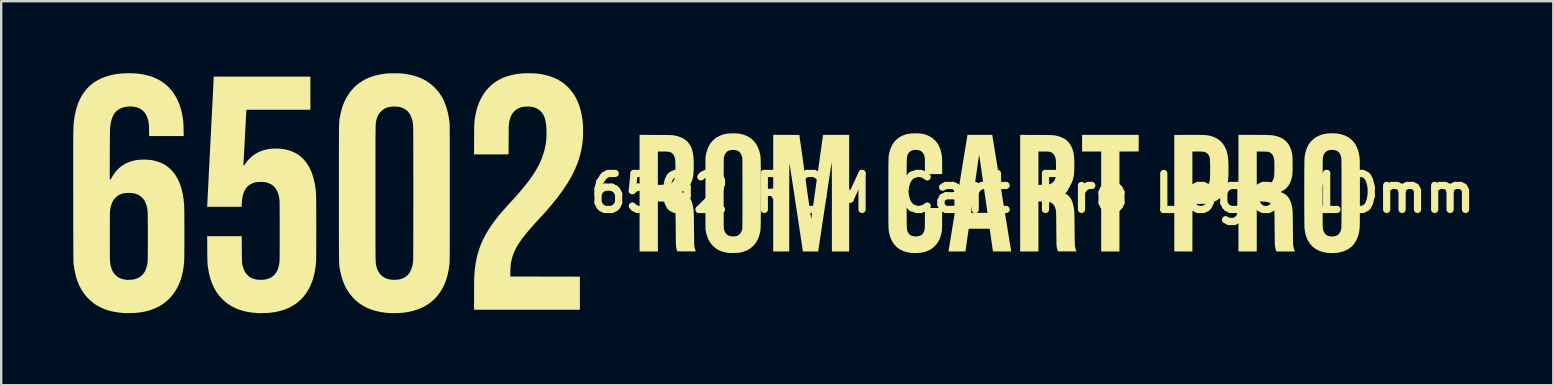
<source format=kicad_pcb>
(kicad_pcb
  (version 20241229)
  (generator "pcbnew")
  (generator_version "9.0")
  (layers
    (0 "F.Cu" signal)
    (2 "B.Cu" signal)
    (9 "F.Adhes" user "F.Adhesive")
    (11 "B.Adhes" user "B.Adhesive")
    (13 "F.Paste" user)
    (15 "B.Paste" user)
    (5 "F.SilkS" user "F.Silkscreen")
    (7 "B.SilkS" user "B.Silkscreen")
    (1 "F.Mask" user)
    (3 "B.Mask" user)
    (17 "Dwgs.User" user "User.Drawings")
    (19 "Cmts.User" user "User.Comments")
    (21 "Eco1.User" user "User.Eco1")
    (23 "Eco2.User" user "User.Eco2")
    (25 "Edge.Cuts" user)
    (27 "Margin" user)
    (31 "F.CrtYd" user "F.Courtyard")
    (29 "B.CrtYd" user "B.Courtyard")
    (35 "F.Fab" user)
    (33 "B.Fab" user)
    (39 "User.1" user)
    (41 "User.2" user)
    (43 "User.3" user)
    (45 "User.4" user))
  (footprint "6502 ROM Cart Pro Logo 10mm"
    (layer "F.Cu")
    (at 39.973 4.998)
    (property "Reference" "6502 ROM Cart Pro Logo 10mm" (at 0 0 0) (layer "F.SilkS") (effects (font (size 1.5 1.5) (thickness 0.3))))
    (attr board_only exclude_from_pos_files exclude_from_bom)
    (fp_poly (pts (xy 4.419 -2.084) (xy 4.417 -1.739) (xy 4.017 -1.737) (xy 3.617 -1.734) (xy 3.617 0.347) (xy 3.617 2.428) (xy 3.236 2.428) (xy 2.856 2.428) (xy 2.856 0.347) (xy 2.856 -1.735) (xy 2.458 -1.735) (xy 2.06 -1.735) (xy 2.06 -2.081) (xy 2.06 -2.428) (xy 3.241 -2.428) (xy 4.421 -2.428)) (stroke (width 0) (type solid)) (fill yes) (layer "F.SilkS"))
    (fp_poly (pts (xy 6.647 -2.428) (xy 6.76 -2.428) (xy 6.86 -2.428) (xy 6.946 -2.427) (xy 7.022 -2.426) (xy 7.086 -2.424) (xy 7.143 -2.422) (xy 7.191 -2.419) (xy 7.234 -2.416) (xy 7.271 -2.412) (xy 7.306 -2.407) (xy 7.338 -2.401) (xy 7.369 -2.394) (xy 7.401 -2.386) (xy 7.42 -2.382) (xy 7.544 -2.342) (xy 7.656 -2.29) (xy 7.756 -2.226) (xy 7.845 -2.15) (xy 7.923 -2.061) (xy 7.991 -1.959) (xy 8.015 -1.915) (xy 8.046 -1.849) (xy 8.073 -1.782) (xy 8.096 -1.712) (xy 8.114 -1.637) (xy 8.13 -1.556) (xy 8.141 -1.467) (xy 8.15 -1.368) (xy 8.156 -1.257) (xy 8.159 -1.133) (xy 8.16 -0.994) (xy 8.16 -0.99) (xy 8.159 -0.849) (xy 8.156 -0.722) (xy 8.15 -0.61) (xy 8.141 -0.509) (xy 8.128 -0.418) (xy 8.113 -0.335) (xy 8.093 -0.26) (xy 8.07 -0.189) (xy 8.043 -0.122) (xy 8.023 -0.08) (xy 7.963 0.026) (xy 7.893 0.119) (xy 7.814 0.2) (xy 7.723 0.269) (xy 7.622 0.327) (xy 7.508 0.375) (xy 7.382 0.411) (xy 7.302 0.428) (xy 7.273 0.433) (xy 7.238 0.437) (xy 7.194 0.44) (xy 7.14 0.442) (xy 7.074 0.445) (xy 6.994 0.447) (xy 6.942 0.448) (xy 6.659 0.453) (xy 6.657 1.44) (xy 6.655 2.428) (xy 6.278 2.428) (xy 6.188 2.428) (xy 6.114 2.428) (xy 6.054 2.428) (xy 6.006 2.427) (xy 5.969 2.427) (xy 5.942 2.425) (xy 5.924 2.424) (xy 5.911 2.422) (xy 5.905 2.419) (xy 5.902 2.416) (xy 5.901 2.414) (xy 5.901 2.404) (xy 5.901 2.378) (xy 5.901 2.337) (xy 5.901 2.281) (xy 5.901 2.212) (xy 5.901 2.13) (xy 5.901 2.036) (xy 5.901 1.931) (xy 5.901 1.816) (xy 5.901 1.691) (xy 5.901 1.557) (xy 5.901 1.416) (xy 5.901 1.267) (xy 5.901 1.112) (xy 5.901 0.952) (xy 5.901 0.787) (xy 5.901 0.619) (xy 5.901 0.448) (xy 5.901 0.274) (xy 5.901 0.099) (xy 5.901 -0.076) (xy 5.901 -0.251) (xy 5.901 -0.425) (xy 5.901 -0.597) (xy 5.901 -0.766) (xy 5.901 -0.931) (xy 5.901 -0.99) (xy 6.655 -0.99) (xy 6.655 -0.245) (xy 6.877 -0.245) (xy 6.956 -0.246) (xy 7.02 -0.247) (xy 7.07 -0.249) (xy 7.107 -0.252) (xy 7.133 -0.255) (xy 7.141 -0.257) (xy 7.21 -0.282) (xy 7.267 -0.317) (xy 7.312 -0.362) (xy 7.347 -0.42) (xy 7.373 -0.492) (xy 7.38 -0.522) (xy 7.384 -0.55) (xy 7.387 -0.592) (xy 7.39 -0.646) (xy 7.392 -0.711) (xy 7.394 -0.783) (xy 7.395 -0.861) (xy 7.396 -0.943) (xy 7.396 -1.026) (xy 7.395 -1.108) (xy 7.394 -1.187) (xy 7.393 -1.26) (xy 7.391 -1.326) (xy 7.388 -1.381) (xy 7.385 -1.425) (xy 7.381 -1.454) (xy 7.38 -1.456) (xy 7.359 -1.532) (xy 7.329 -1.593) (xy 7.291 -1.642) (xy 7.242 -1.68) (xy 7.23 -1.687) (xy 7.204 -1.701) (xy 7.179 -1.711) (xy 7.154 -1.719) (xy 7.124 -1.725) (xy 7.089 -1.73) (xy 7.045 -1.732) (xy 6.991 -1.734) (xy 6.924 -1.734) (xy 6.877 -1.734) (xy 6.655 -1.735) (xy 6.655 -0.99) (xy 5.901 -0.99) (xy 5.901 -1.092) (xy 5.901 -1.247) (xy 5.901 -1.397) (xy 5.901 -1.539) (xy 5.901 -1.674) (xy 5.901 -1.8) (xy 5.901 -1.917) (xy 5.901 -2.023) (xy 5.901 -2.119) (xy 5.901 -2.202) (xy 5.901 -2.273) (xy 5.901 -2.331) (xy 5.901 -2.374) (xy 5.901 -2.401) (xy 5.901 -2.413) (xy 5.901 -2.414) (xy 5.902 -2.416) (xy 5.905 -2.419) (xy 5.911 -2.421) (xy 5.922 -2.423) (xy 5.939 -2.424) (xy 5.962 -2.425) (xy 5.993 -2.426) (xy 6.034 -2.427) (xy 6.084 -2.427) (xy 6.146 -2.428) (xy 6.22 -2.428) (xy 6.308 -2.428) (xy 6.41 -2.428) (xy 6.517 -2.428)) (stroke (width 0) (type solid)) (fill yes) (layer "F.SilkS"))
    (fp_poly (pts (xy -10.144 -2.428) (xy -10.041 -2.428) (xy -9.953 -2.427) (xy -9.88 -2.427) (xy -9.822 -2.426) (xy -9.777 -2.425) (xy -9.745 -2.423) (xy -9.726 -2.421) (xy -9.718 -2.419) (xy -9.717 -2.419) (xy -9.716 -2.408) (xy -9.713 -2.383) (xy -9.708 -2.346) (xy -9.702 -2.299) (xy -9.694 -2.243) (xy -9.685 -2.182) (xy -9.684 -2.171) (xy -9.679 -2.137) (xy -9.672 -2.088) (xy -9.663 -2.023) (xy -9.652 -1.945) (xy -9.639 -1.854) (xy -9.625 -1.752) (xy -9.609 -1.639) (xy -9.592 -1.516) (xy -9.574 -1.385) (xy -9.554 -1.247) (xy -9.534 -1.102) (xy -9.513 -0.952) (xy -9.492 -0.797) (xy -9.47 -0.639) (xy -9.447 -0.478) (xy -9.442 -0.445) (xy -9.421 -0.288) (xy -9.399 -0.136) (xy -9.379 0.011) (xy -9.359 0.152) (xy -9.34 0.285) (xy -9.322 0.411) (xy -9.306 0.528) (xy -9.291 0.635) (xy -9.277 0.732) (xy -9.265 0.817) (xy -9.254 0.891) (xy -9.245 0.951) (xy -9.239 0.998) (xy -9.234 1.029) (xy -9.231 1.046) (xy -9.231 1.048) (xy -9.222 1.048) (xy -9.222 1.047) (xy -9.22 1.038) (xy -9.216 1.014) (xy -9.21 0.974) (xy -9.202 0.919) (xy -9.193 0.851) (xy -9.181 0.771) (xy -9.168 0.678) (xy -9.153 0.574) (xy -9.137 0.459) (xy -9.119 0.335) (xy -9.1 0.201) (xy -9.08 0.06) (xy -9.059 -0.089) (xy -9.037 -0.244) (xy -9.015 -0.406) (xy -8.992 -0.572) (xy -8.975 -0.693) (xy -8.732 -2.428) (xy -8.188 -2.428) (xy -7.645 -2.428) (xy -7.645 0) (xy -7.645 2.428) (xy -8.004 2.428) (xy -8.364 2.428) (xy -8.364 0.588) (xy -8.364 0.396) (xy -8.364 0.211) (xy -8.364 0.035) (xy -8.364 -0.133) (xy -8.365 -0.292) (xy -8.365 -0.441) (xy -8.365 -0.579) (xy -8.366 -0.706) (xy -8.366 -0.822) (xy -8.367 -0.925) (xy -8.367 -1.015) (xy -8.368 -1.092) (xy -8.369 -1.154) (xy -8.369 -1.202) (xy -8.37 -1.234) (xy -8.371 -1.25) (xy -8.371 -1.252) (xy -8.372 -1.253) (xy -8.373 -1.253) (xy -8.374 -1.254) (xy -8.375 -1.253) (xy -8.376 -1.251) (xy -8.377 -1.247) (xy -8.379 -1.24) (xy -8.381 -1.229) (xy -8.384 -1.214) (xy -8.387 -1.194) (xy -8.391 -1.169) (xy -8.397 -1.138) (xy -8.402 -1.1) (xy -8.41 -1.055) (xy -8.418 -1.002) (xy -8.427 -0.94) (xy -8.438 -0.869) (xy -8.45 -0.788) (xy -8.464 -0.697) (xy -8.48 -0.594) (xy -8.497 -0.48) (xy -8.516 -0.353) (xy -8.537 -0.213) (xy -8.56 -0.059) (xy -8.586 0.109) (xy -8.613 0.292) (xy -8.643 0.491) (xy -8.665 0.637) (xy -8.935 2.428) (xy -9.253 2.428) (xy -9.572 2.428) (xy -9.576 2.405) (xy -9.577 2.395) (xy -9.581 2.368) (xy -9.588 2.326) (xy -9.596 2.27) (xy -9.607 2.201) (xy -9.619 2.118) (xy -9.634 2.024) (xy -9.65 1.918) (xy -9.667 1.801) (xy -9.686 1.675) (xy -9.707 1.539) (xy -9.728 1.396) (xy -9.751 1.245) (xy -9.775 1.087) (xy -9.8 0.924) (xy -9.825 0.755) (xy -9.851 0.582) (xy -9.854 0.565) (xy -9.88 0.392) (xy -9.905 0.223) (xy -9.93 0.06) (xy -9.954 -0.098) (xy -9.977 -0.248) (xy -9.999 -0.392) (xy -10.019 -0.526) (xy -10.039 -0.652) (xy -10.057 -0.768) (xy -10.073 -0.874) (xy -10.088 -0.968) (xy -10.1 -1.05) (xy -10.111 -1.119) (xy -10.12 -1.175) (xy -10.127 -1.216) (xy -10.132 -1.242) (xy -10.134 -1.252) (xy -10.134 -1.252) (xy -10.135 -1.244) (xy -10.135 -1.219) (xy -10.136 -1.18) (xy -10.136 -1.125) (xy -10.137 -1.057) (xy -10.137 -0.975) (xy -10.138 -0.882) (xy -10.138 -0.776) (xy -10.139 -0.66) (xy -10.139 -0.534) (xy -10.14 -0.399) (xy -10.14 -0.255) (xy -10.14 -0.104) (xy -10.14 0.055) (xy -10.14 0.219) (xy -10.141 0.389) (xy -10.141 0.564) (xy -10.141 0.588) (xy -10.141 2.428) (xy -10.475 2.428) (xy -10.809 2.428) (xy -10.809 0) (xy -10.809 -2.428) (xy -10.263 -2.428)) (stroke (width 0) (type solid)) (fill yes) (layer "F.SilkS"))
    (fp_poly (pts (xy -1.291 -0.019) (xy -1.259 0.181) (xy -1.227 0.376) (xy -1.196 0.567) (xy -1.166 0.752) (xy -1.137 0.93) (xy -1.109 1.102) (xy -1.082 1.266) (xy -1.057 1.422) (xy -1.033 1.569) (xy -1.01 1.707) (xy -0.99 1.834) (xy -0.971 1.951) (xy -0.953 2.055) (xy -0.938 2.148) (xy -0.925 2.228) (xy -0.914 2.294) (xy -0.906 2.346) (xy -0.9 2.382) (xy -0.896 2.404) (xy -0.895 2.409) (xy -0.891 2.428) (xy -1.272 2.428) (xy -1.351 2.428) (xy -1.424 2.428) (xy -1.49 2.428) (xy -1.547 2.427) (xy -1.594 2.427) (xy -1.628 2.426) (xy -1.649 2.425) (xy -1.654 2.425) (xy -1.655 2.416) (xy -1.659 2.392) (xy -1.664 2.354) (xy -1.671 2.304) (xy -1.68 2.243) (xy -1.69 2.173) (xy -1.701 2.096) (xy -1.713 2.012) (xy -1.722 1.954) (xy -1.734 1.867) (xy -1.746 1.786) (xy -1.757 1.71) (xy -1.767 1.644) (xy -1.775 1.586) (xy -1.782 1.54) (xy -1.786 1.507) (xy -1.789 1.488) (xy -1.79 1.484) (xy -1.798 1.483) (xy -1.821 1.483) (xy -1.859 1.482) (xy -1.908 1.482) (xy -1.968 1.481) (xy -2.037 1.481) (xy -2.114 1.481) (xy -2.196 1.481) (xy -2.225 1.481) (xy -2.322 1.481) (xy -2.403 1.481) (xy -2.471 1.481) (xy -2.525 1.482) (xy -2.569 1.482) (xy -2.602 1.483) (xy -2.626 1.484) (xy -2.643 1.486) (xy -2.654 1.488) (xy -2.66 1.49) (xy -2.663 1.493) (xy -2.664 1.495) (xy -2.666 1.506) (xy -2.67 1.533) (xy -2.676 1.572) (xy -2.684 1.624) (xy -2.693 1.686) (xy -2.703 1.757) (xy -2.715 1.835) (xy -2.727 1.919) (xy -2.734 1.969) (xy -2.8 2.428) (xy -3.154 2.428) (xy -3.507 2.428) (xy -3.503 2.409) (xy -3.501 2.4) (xy -3.497 2.374) (xy -3.49 2.333) (xy -3.481 2.278) (xy -3.47 2.209) (xy -3.457 2.128) (xy -3.442 2.034) (xy -3.424 1.929) (xy -3.406 1.814) (xy -3.385 1.689) (xy -3.363 1.554) (xy -3.34 1.412) (xy -3.316 1.262) (xy -3.29 1.106) (xy -3.264 0.944) (xy -3.241 0.806) (xy -2.568 0.806) (xy -2.567 0.81) (xy -2.563 0.813) (xy -2.555 0.815) (xy -2.542 0.817) (xy -2.521 0.818) (xy -2.491 0.819) (xy -2.451 0.82) (xy -2.398 0.82) (xy -2.333 0.821) (xy -2.252 0.821) (xy -2.224 0.821) (xy -1.881 0.821) (xy -1.886 0.793) (xy -1.887 0.782) (xy -1.891 0.754) (xy -1.897 0.712) (xy -1.905 0.656) (xy -1.915 0.588) (xy -1.927 0.507) (xy -1.94 0.415) (xy -1.954 0.314) (xy -1.97 0.204) (xy -1.987 0.085) (xy -2.004 -0.04) (xy -2.023 -0.171) (xy -2.042 -0.307) (xy -2.056 -0.406) (xy -2.076 -0.544) (xy -2.095 -0.679) (xy -2.113 -0.807) (xy -2.13 -0.929) (xy -2.147 -1.044) (xy -2.162 -1.15) (xy -2.176 -1.246) (xy -2.188 -1.333) (xy -2.199 -1.408) (xy -2.208 -1.471) (xy -2.216 -1.52) (xy -2.221 -1.556) (xy -2.225 -1.576) (xy -2.226 -1.581) (xy -2.234 -1.581) (xy -2.235 -1.58) (xy -2.236 -1.571) (xy -2.24 -1.547) (xy -2.246 -1.508) (xy -2.253 -1.456) (xy -2.263 -1.392) (xy -2.274 -1.316) (xy -2.286 -1.231) (xy -2.299 -1.138) (xy -2.313 -1.036) (xy -2.329 -0.928) (xy -2.344 -0.815) (xy -2.361 -0.698) (xy -2.378 -0.578) (xy -2.395 -0.456) (xy -2.412 -0.334) (xy -2.429 -0.212) (xy -2.446 -0.091) (xy -2.462 0.026) (xy -2.478 0.14) (xy -2.493 0.249) (xy -2.507 0.351) (xy -2.52 0.446) (xy -2.532 0.532) (xy -2.542 0.609) (xy -2.551 0.674) (xy -2.558 0.728) (xy -2.564 0.769) (xy -2.567 0.795) (xy -2.568 0.806) (xy -3.241 0.806) (xy -3.237 0.776) (xy -3.209 0.605) (xy -3.18 0.429) (xy -3.151 0.251) (xy -3.122 0.072) (xy -3.092 -0.11) (xy -3.063 -0.291) (xy -3.033 -0.473) (xy -3.004 -0.653) (xy -2.975 -0.831) (xy -2.947 -1.007) (xy -2.919 -1.179) (xy -2.891 -1.347) (xy -2.865 -1.51) (xy -2.839 -1.668) (xy -2.815 -1.819) (xy -2.792 -1.962) (xy -2.781 -2.024) (xy -2.716 -2.428) (xy -2.2 -2.428) (xy -1.683 -2.428)) (stroke (width 0) (type solid)) (fill yes) (layer "F.SilkS"))
    (fp_poly (pts (xy 9.338 -2.428) (xy 9.459 -2.428) (xy 9.566 -2.427) (xy 9.66 -2.426) (xy 9.742 -2.425) (xy 9.814 -2.422) (xy 9.876 -2.419) (xy 9.932 -2.416) (xy 9.98 -2.411) (xy 10.024 -2.406) (xy 10.063 -2.399) (xy 10.101 -2.391) (xy 10.137 -2.382) (xy 10.173 -2.372) (xy 10.211 -2.36) (xy 10.222 -2.356) (xy 10.316 -2.321) (xy 10.398 -2.282) (xy 10.47 -2.235) (xy 10.537 -2.18) (xy 10.553 -2.164) (xy 10.619 -2.093) (xy 10.674 -2.014) (xy 10.721 -1.927) (xy 10.76 -1.829) (xy 10.792 -1.719) (xy 10.815 -1.612) (xy 10.819 -1.577) (xy 10.823 -1.528) (xy 10.826 -1.466) (xy 10.829 -1.396) (xy 10.83 -1.318) (xy 10.831 -1.236) (xy 10.832 -1.152) (xy 10.831 -1.068) (xy 10.83 -0.988) (xy 10.828 -0.913) (xy 10.826 -0.846) (xy 10.822 -0.789) (xy 10.818 -0.745) (xy 10.815 -0.728) (xy 10.79 -0.611) (xy 10.757 -0.506) (xy 10.715 -0.41) (xy 10.66 -0.315) (xy 10.595 -0.233) (xy 10.52 -0.164) (xy 10.433 -0.106) (xy 10.405 -0.091) (xy 10.375 -0.074) (xy 10.352 -0.061) (xy 10.339 -0.051) (xy 10.337 -0.048) (xy 10.346 -0.042) (xy 10.366 -0.032) (xy 10.394 -0.019) (xy 10.401 -0.017) (xy 10.484 0.023) (xy 10.556 0.073) (xy 10.62 0.132) (xy 10.675 0.204) (xy 10.721 0.287) (xy 10.76 0.383) (xy 10.792 0.493) (xy 10.817 0.618) (xy 10.823 0.657) (xy 10.825 0.677) (xy 10.828 0.701) (xy 10.83 0.73) (xy 10.831 0.765) (xy 10.833 0.808) (xy 10.835 0.859) (xy 10.836 0.92) (xy 10.837 0.992) (xy 10.839 1.076) (xy 10.84 1.173) (xy 10.841 1.284) (xy 10.842 1.411) (xy 10.843 1.443) (xy 10.844 1.588) (xy 10.846 1.718) (xy 10.847 1.834) (xy 10.849 1.934) (xy 10.851 2.019) (xy 10.853 2.088) (xy 10.855 2.141) (xy 10.857 2.177) (xy 10.859 2.196) (xy 10.872 2.264) (xy 10.89 2.33) (xy 10.909 2.385) (xy 10.912 2.392) (xy 10.927 2.428) (xy 10.539 2.428) (xy 10.151 2.428) (xy 10.133 2.371) (xy 10.125 2.345) (xy 10.119 2.321) (xy 10.113 2.297) (xy 10.107 2.273) (xy 10.103 2.248) (xy 10.099 2.219) (xy 10.096 2.186) (xy 10.093 2.147) (xy 10.091 2.102) (xy 10.089 2.048) (xy 10.087 1.986) (xy 10.086 1.913) (xy 10.085 1.828) (xy 10.084 1.731) (xy 10.083 1.62) (xy 10.081 1.493) (xy 10.081 1.455) (xy 10.08 1.327) (xy 10.079 1.215) (xy 10.078 1.117) (xy 10.077 1.033) (xy 10.076 0.961) (xy 10.075 0.901) (xy 10.074 0.85) (xy 10.072 0.809) (xy 10.071 0.775) (xy 10.069 0.748) (xy 10.067 0.726) (xy 10.065 0.709) (xy 10.063 0.695) (xy 10.061 0.688) (xy 10.043 0.619) (xy 10.023 0.564) (xy 10 0.519) (xy 9.972 0.48) (xy 9.942 0.449) (xy 9.907 0.421) (xy 9.869 0.398) (xy 9.826 0.379) (xy 9.776 0.366) (xy 9.716 0.356) (xy 9.646 0.351) (xy 9.561 0.348) (xy 9.508 0.347) (xy 9.337 0.347) (xy 9.337 1.388) (xy 9.337 2.428) (xy 8.956 2.428) (xy 8.575 2.428) (xy 8.575 0) (xy 8.575 -1.041) (xy 9.337 -1.041) (xy 9.337 -0.347) (xy 9.508 -0.347) (xy 9.58 -0.348) (xy 9.643 -0.35) (xy 9.696 -0.353) (xy 9.736 -0.358) (xy 9.743 -0.359) (xy 9.823 -0.38) (xy 9.892 -0.412) (xy 9.949 -0.457) (xy 9.995 -0.514) (xy 10.032 -0.585) (xy 10.053 -0.647) (xy 10.057 -0.663) (xy 10.06 -0.683) (xy 10.063 -0.707) (xy 10.065 -0.739) (xy 10.067 -0.779) (xy 10.068 -0.829) (xy 10.069 -0.892) (xy 10.07 -0.97) (xy 10.071 -1.011) (xy 10.072 -1.105) (xy 10.072 -1.183) (xy 10.071 -1.249) (xy 10.07 -1.304) (xy 10.067 -1.349) (xy 10.064 -1.388) (xy 10.059 -1.422) (xy 10.053 -1.453) (xy 10.045 -1.483) (xy 10.043 -1.492) (xy 10.015 -1.56) (xy 9.976 -1.62) (xy 9.926 -1.669) (xy 9.868 -1.705) (xy 9.855 -1.711) (xy 9.839 -1.716) (xy 9.824 -1.721) (xy 9.807 -1.724) (xy 9.785 -1.727) (xy 9.757 -1.729) (xy 9.719 -1.73) (xy 9.671 -1.731) (xy 9.609 -1.732) (xy 9.572 -1.733) (xy 9.337 -1.736) (xy 9.337 -1.041) (xy 8.575 -1.041) (xy 8.575 -2.428) (xy 9.202 -2.428)) (stroke (width 0) (type solid)) (fill yes) (layer "F.SilkS"))
    (fp_poly (pts (xy -15.702 -2.426) (xy -15.576 -2.426) (xy -15.467 -2.425) (xy -15.372 -2.424) (xy -15.29 -2.424) (xy -15.221 -2.423) (xy -15.162 -2.422) (xy -15.113 -2.421) (xy -15.072 -2.42) (xy -15.039 -2.418) (xy -15.011 -2.416) (xy -14.988 -2.414) (xy -14.969 -2.412) (xy -14.952 -2.41) (xy -14.946 -2.409) (xy -14.811 -2.378) (xy -14.688 -2.339) (xy -14.58 -2.291) (xy -14.485 -2.234) (xy -14.405 -2.169) (xy -14.358 -2.118) (xy -14.306 -2.05) (xy -14.261 -1.977) (xy -14.223 -1.899) (xy -14.191 -1.814) (xy -14.165 -1.721) (xy -14.146 -1.619) (xy -14.132 -1.505) (xy -14.123 -1.38) (xy -14.119 -1.241) (xy -14.12 -1.087) (xy -14.12 -1.053) (xy -14.124 -0.942) (xy -14.13 -0.845) (xy -14.138 -0.76) (xy -14.149 -0.685) (xy -14.164 -0.616) (xy -14.182 -0.551) (xy -14.204 -0.489) (xy -14.211 -0.471) (xy -14.259 -0.373) (xy -14.321 -0.282) (xy -14.395 -0.202) (xy -14.478 -0.133) (xy -14.57 -0.078) (xy -14.585 -0.071) (xy -14.608 -0.058) (xy -14.615 -0.048) (xy -14.606 -0.039) (xy -14.593 -0.033) (xy -14.498 0.011) (xy -14.416 0.063) (xy -14.346 0.124) (xy -14.288 0.195) (xy -14.239 0.277) (xy -14.199 0.373) (xy -14.173 0.459) (xy -14.164 0.494) (xy -14.157 0.523) (xy -14.151 0.55) (xy -14.146 0.578) (xy -14.141 0.612) (xy -14.135 0.656) (xy -14.129 0.698) (xy -14.127 0.72) (xy -14.124 0.747) (xy -14.122 0.779) (xy -14.12 0.818) (xy -14.119 0.864) (xy -14.117 0.92) (xy -14.115 0.985) (xy -14.114 1.062) (xy -14.113 1.151) (xy -14.111 1.254) (xy -14.11 1.371) (xy -14.109 1.493) (xy -14.108 1.621) (xy -14.106 1.733) (xy -14.105 1.83) (xy -14.104 1.913) (xy -14.103 1.984) (xy -14.102 2.044) (xy -14.1 2.094) (xy -14.099 2.135) (xy -14.097 2.168) (xy -14.096 2.195) (xy -14.094 2.216) (xy -14.091 2.232) (xy -14.089 2.246) (xy -14.088 2.248) (xy -14.071 2.312) (xy -14.05 2.377) (xy -14.037 2.414) (xy -14.036 2.417) (xy -14.038 2.42) (xy -14.044 2.422) (xy -14.056 2.424) (xy -14.074 2.425) (xy -14.101 2.426) (xy -14.138 2.427) (xy -14.185 2.427) (xy -14.245 2.427) (xy -14.32 2.427) (xy -14.409 2.426) (xy -14.418 2.426) (xy -14.806 2.424) (xy -14.822 2.373) (xy -14.829 2.35) (xy -14.835 2.328) (xy -14.841 2.308) (xy -14.846 2.288) (xy -14.85 2.266) (xy -14.853 2.241) (xy -14.856 2.213) (xy -14.859 2.179) (xy -14.861 2.139) (xy -14.863 2.092) (xy -14.864 2.036) (xy -14.865 1.97) (xy -14.866 1.892) (xy -14.867 1.802) (xy -14.868 1.698) (xy -14.869 1.58) (xy -14.87 1.502) (xy -14.871 1.372) (xy -14.872 1.258) (xy -14.874 1.159) (xy -14.875 1.073) (xy -14.876 0.999) (xy -14.877 0.937) (xy -14.878 0.885) (xy -14.88 0.841) (xy -14.881 0.806) (xy -14.883 0.777) (xy -14.885 0.754) (xy -14.887 0.735) (xy -14.89 0.719) (xy -14.89 0.717) (xy -14.91 0.632) (xy -14.934 0.562) (xy -14.964 0.504) (xy -15.003 0.458) (xy -15.05 0.42) (xy -15.109 0.389) (xy -15.158 0.371) (xy -15.178 0.365) (xy -15.198 0.36) (xy -15.221 0.357) (xy -15.251 0.354) (xy -15.289 0.352) (xy -15.338 0.351) (xy -15.401 0.349) (xy -15.414 0.349) (xy -15.615 0.345) (xy -15.615 1.387) (xy -15.615 2.428) (xy -15.996 2.428) (xy -16.376 2.428) (xy -16.376 -0.000421) (xy -16.376 -1.04) (xy -15.615 -1.04) (xy -15.615 -0.345) (xy -15.414 -0.349) (xy -15.345 -0.351) (xy -15.29 -0.353) (xy -15.248 -0.355) (xy -15.215 -0.358) (xy -15.19 -0.362) (xy -15.17 -0.367) (xy -15.166 -0.368) (xy -15.09 -0.399) (xy -15.027 -0.44) (xy -14.976 -0.491) (xy -14.937 -0.555) (xy -14.908 -0.632) (xy -14.898 -0.668) (xy -14.894 -0.698) (xy -14.89 -0.742) (xy -14.887 -0.797) (xy -14.885 -0.862) (xy -14.883 -0.933) (xy -14.882 -1.008) (xy -14.882 -1.085) (xy -14.883 -1.161) (xy -14.885 -1.233) (xy -14.887 -1.298) (xy -14.89 -1.355) (xy -14.893 -1.401) (xy -14.898 -1.432) (xy -14.898 -1.433) (xy -14.921 -1.514) (xy -14.953 -1.582) (xy -14.994 -1.638) (xy -15.043 -1.679) (xy -15.064 -1.692) (xy -15.091 -1.704) (xy -15.118 -1.714) (xy -15.147 -1.722) (xy -15.181 -1.727) (xy -15.223 -1.731) (xy -15.275 -1.733) (xy -15.339 -1.734) (xy -15.405 -1.735) (xy -15.615 -1.735) (xy -15.615 -1.04) (xy -16.376 -1.04) (xy -16.376 -2.429)) (stroke (width 0) (type solid)) (fill yes) (layer "F.SilkS"))
    (fp_poly (pts (xy 0.154 -2.426) (xy 0.282 -2.426) (xy 0.394 -2.425) (xy 0.492 -2.424) (xy 0.577 -2.424) (xy 0.65 -2.423) (xy 0.713 -2.421) (xy 0.766 -2.42) (xy 0.812 -2.417) (xy 0.852 -2.415) (xy 0.886 -2.412) (xy 0.917 -2.408) (xy 0.945 -2.403) (xy 0.971 -2.398) (xy 0.998 -2.392) (xy 1.026 -2.385) (xy 1.056 -2.377) (xy 1.176 -2.339) (xy 1.282 -2.291) (xy 1.376 -2.233) (xy 1.458 -2.163) (xy 1.528 -2.083) (xy 1.589 -1.99) (xy 1.607 -1.954) (xy 1.639 -1.888) (xy 1.665 -1.82) (xy 1.687 -1.749) (xy 1.704 -1.674) (xy 1.718 -1.593) (xy 1.727 -1.503) (xy 1.734 -1.404) (xy 1.737 -1.292) (xy 1.737 -1.167) (xy 1.736 -1.083) (xy 1.735 -1) (xy 1.733 -0.932) (xy 1.73 -0.876) (xy 1.728 -0.829) (xy 1.724 -0.79) (xy 1.72 -0.754) (xy 1.715 -0.721) (xy 1.714 -0.719) (xy 1.686 -0.59) (xy 1.647 -0.475) (xy 1.598 -0.373) (xy 1.539 -0.283) (xy 1.469 -0.205) (xy 1.387 -0.138) (xy 1.301 -0.087) (xy 1.273 -0.071) (xy 1.252 -0.058) (xy 1.242 -0.05) (xy 1.242 -0.048) (xy 1.25 -0.042) (xy 1.27 -0.032) (xy 1.299 -0.018) (xy 1.311 -0.012) (xy 1.394 0.03) (xy 1.466 0.081) (xy 1.528 0.142) (xy 1.582 0.213) (xy 1.627 0.297) (xy 1.665 0.393) (xy 1.695 0.502) (xy 1.719 0.627) (xy 1.727 0.681) (xy 1.73 0.704) (xy 1.732 0.73) (xy 1.734 0.763) (xy 1.736 0.802) (xy 1.738 0.849) (xy 1.739 0.906) (xy 1.741 0.972) (xy 1.742 1.05) (xy 1.744 1.14) (xy 1.745 1.244) (xy 1.746 1.363) (xy 1.747 1.476) (xy 1.749 1.598) (xy 1.75 1.712) (xy 1.752 1.817) (xy 1.753 1.913) (xy 1.755 1.997) (xy 1.757 2.069) (xy 1.758 2.128) (xy 1.76 2.173) (xy 1.762 2.203) (xy 1.763 2.215) (xy 1.775 2.268) (xy 1.79 2.323) (xy 1.805 2.372) (xy 1.811 2.388) (xy 1.819 2.409) (xy 1.823 2.423) (xy 1.823 2.424) (xy 1.815 2.425) (xy 1.792 2.426) (xy 1.755 2.426) (xy 1.706 2.427) (xy 1.647 2.427) (xy 1.579 2.427) (xy 1.505 2.427) (xy 1.437 2.426) (xy 1.051 2.424) (xy 1.039 2.386) (xy 1.032 2.36) (xy 1.022 2.324) (xy 1.012 2.284) (xy 1.01 2.272) (xy 1.006 2.258) (xy 1.004 2.243) (xy 1.001 2.228) (xy 0.999 2.209) (xy 0.997 2.187) (xy 0.996 2.16) (xy 0.994 2.127) (xy 0.993 2.086) (xy 0.992 2.037) (xy 0.991 1.978) (xy 0.99 1.908) (xy 0.989 1.827) (xy 0.988 1.732) (xy 0.987 1.623) (xy 0.986 1.498) (xy 0.986 1.481) (xy 0.985 1.354) (xy 0.983 1.242) (xy 0.982 1.146) (xy 0.982 1.062) (xy 0.981 0.991) (xy 0.979 0.931) (xy 0.978 0.881) (xy 0.977 0.839) (xy 0.976 0.804) (xy 0.974 0.776) (xy 0.972 0.753) (xy 0.97 0.734) (xy 0.968 0.717) (xy 0.965 0.702) (xy 0.962 0.687) (xy 0.962 0.685) (xy 0.937 0.598) (xy 0.903 0.526) (xy 0.861 0.467) (xy 0.81 0.421) (xy 0.769 0.397) (xy 0.74 0.384) (xy 0.713 0.374) (xy 0.684 0.366) (xy 0.651 0.36) (xy 0.611 0.356) (xy 0.562 0.353) (xy 0.501 0.351) (xy 0.442 0.349) (xy 0.241 0.345) (xy 0.241 1.387) (xy 0.241 2.428) (xy -0.14 2.428) (xy -0.52 2.428) (xy -0.52 -0.000421) (xy -0.52 -1.04) (xy 0.241 -1.04) (xy 0.241 -0.345) (xy 0.442 -0.349) (xy 0.521 -0.351) (xy 0.583 -0.354) (xy 0.631 -0.358) (xy 0.666 -0.362) (xy 0.685 -0.366) (xy 0.762 -0.395) (xy 0.824 -0.433) (xy 0.875 -0.482) (xy 0.914 -0.542) (xy 0.933 -0.584) (xy 0.943 -0.61) (xy 0.951 -0.636) (xy 0.957 -0.662) (xy 0.963 -0.69) (xy 0.966 -0.723) (xy 0.969 -0.763) (xy 0.971 -0.811) (xy 0.972 -0.869) (xy 0.973 -0.94) (xy 0.973 -1.025) (xy 0.973 -1.049) (xy 0.973 -1.134) (xy 0.973 -1.203) (xy 0.972 -1.26) (xy 0.971 -1.306) (xy 0.969 -1.343) (xy 0.967 -1.372) (xy 0.965 -1.397) (xy 0.961 -1.419) (xy 0.958 -1.438) (xy 0.935 -1.518) (xy 0.905 -1.583) (xy 0.867 -1.635) (xy 0.82 -1.675) (xy 0.8 -1.687) (xy 0.773 -1.701) (xy 0.748 -1.712) (xy 0.722 -1.72) (xy 0.691 -1.726) (xy 0.655 -1.73) (xy 0.61 -1.732) (xy 0.555 -1.734) (xy 0.485 -1.734) (xy 0.455 -1.734) (xy 0.241 -1.735) (xy 0.241 -1.04) (xy -0.52 -1.04) (xy -0.52 -2.429)) (stroke (width 0) (type solid)) (fill yes) (layer "F.SilkS"))
    (fp_poly (pts (xy -20.916 -4.995) (xy -20.841 -4.993) (xy -20.772 -4.991) (xy -20.714 -4.988) (xy -20.675 -4.985) (xy -20.474 -4.958) (xy -20.287 -4.92) (xy -20.111 -4.87) (xy -19.947 -4.81) (xy -19.793 -4.738) (xy -19.65 -4.654) (xy -19.515 -4.558) (xy -19.494 -4.541) (xy -19.463 -4.515) (xy -19.425 -4.48) (xy -19.384 -4.441) (xy -19.344 -4.401) (xy -19.333 -4.39) (xy -19.218 -4.259) (xy -19.115 -4.116) (xy -19.024 -3.961) (xy -18.945 -3.794) (xy -18.878 -3.616) (xy -18.823 -3.426) (xy -18.781 -3.223) (xy -18.75 -3.009) (xy -18.737 -2.877) (xy -18.733 -2.805) (xy -18.73 -2.721) (xy -18.729 -2.63) (xy -18.729 -2.536) (xy -18.731 -2.443) (xy -18.733 -2.355) (xy -18.738 -2.276) (xy -18.741 -2.229) (xy -18.766 -2.023) (xy -18.801 -1.821) (xy -18.847 -1.621) (xy -18.903 -1.424) (xy -18.971 -1.228) (xy -19.051 -1.033) (xy -19.143 -0.836) (xy -19.247 -0.639) (xy -19.365 -0.439) (xy -19.496 -0.236) (xy -19.641 -0.028) (xy -19.8 0.184) (xy -19.974 0.402) (xy -20.041 0.482) (xy -20.106 0.56) (xy -20.17 0.635) (xy -20.235 0.71) (xy -20.303 0.786) (xy -20.375 0.867) (xy -20.454 0.954) (xy -20.542 1.049) (xy -20.59 1.101) (xy -20.732 1.256) (xy -20.862 1.4) (xy -20.98 1.536) (xy -21.087 1.663) (xy -21.183 1.783) (xy -21.27 1.897) (xy -21.347 2.005) (xy -21.416 2.108) (xy -21.477 2.208) (xy -21.531 2.305) (xy -21.577 2.401) (xy -21.618 2.495) (xy -21.653 2.589) (xy -21.683 2.684) (xy -21.702 2.754) (xy -21.723 2.845) (xy -21.739 2.936) (xy -21.75 3.029) (xy -21.757 3.131) (xy -21.76 3.244) (xy -21.761 3.274) (xy -21.762 3.473) (xy -20.313 3.475) (xy -18.864 3.478) (xy -18.864 4.167) (xy -18.864 4.857) (xy -21.068 4.857) (xy -23.272 4.857) (xy -23.272 4.21) (xy -23.272 4.103) (xy -23.272 3.998) (xy -23.271 3.897) (xy -23.27 3.801) (xy -23.269 3.712) (xy -23.268 3.632) (xy -23.267 3.562) (xy -23.266 3.505) (xy -23.265 3.461) (xy -23.263 3.434) (xy -23.242 3.188) (xy -23.211 2.956) (xy -23.17 2.734) (xy -23.118 2.521) (xy -23.054 2.315) (xy -22.979 2.114) (xy -22.89 1.917) (xy -22.788 1.721) (xy -22.671 1.526) (xy -22.54 1.328) (xy -22.43 1.176) (xy -22.363 1.088) (xy -22.296 1.001) (xy -22.226 0.915) (xy -22.152 0.826) (xy -22.073 0.734) (xy -21.987 0.636) (xy -21.892 0.531) (xy -21.786 0.416) (xy -21.762 0.389) (xy -21.594 0.205) (xy -21.439 0.031) (xy -21.296 -0.136) (xy -21.165 -0.294) (xy -21.046 -0.445) (xy -20.937 -0.591) (xy -20.838 -0.731) (xy -20.749 -0.867) (xy -20.669 -0.999) (xy -20.598 -1.128) (xy -20.534 -1.255) (xy -20.478 -1.381) (xy -20.429 -1.507) (xy -20.393 -1.612) (xy -20.342 -1.782) (xy -20.304 -1.948) (xy -20.276 -2.113) (xy -20.26 -2.282) (xy -20.253 -2.458) (xy -20.254 -2.589) (xy -20.261 -2.733) (xy -20.272 -2.862) (xy -20.29 -2.977) (xy -20.313 -3.08) (xy -20.342 -3.171) (xy -20.378 -3.252) (xy -20.421 -3.323) (xy -20.472 -3.387) (xy -20.48 -3.396) (xy -20.553 -3.464) (xy -20.635 -3.518) (xy -20.726 -3.56) (xy -20.827 -3.589) (xy -20.939 -3.606) (xy -20.988 -3.61) (xy -21.109 -3.61) (xy -21.224 -3.597) (xy -21.33 -3.571) (xy -21.427 -3.533) (xy -21.513 -3.483) (xy -21.55 -3.455) (xy -21.617 -3.391) (xy -21.675 -3.317) (xy -21.723 -3.232) (xy -21.763 -3.135) (xy -21.796 -3.023) (xy -21.81 -2.959) (xy -21.814 -2.942) (xy -21.816 -2.925) (xy -21.819 -2.906) (xy -21.821 -2.885) (xy -21.823 -2.86) (xy -21.824 -2.83) (xy -21.826 -2.794) (xy -21.827 -2.749) (xy -21.828 -2.695) (xy -21.828 -2.631) (xy -21.829 -2.556) (xy -21.83 -2.467) (xy -21.831 -2.364) (xy -21.831 -2.245) (xy -21.831 -2.244) (xy -21.835 -1.616) (xy -22.554 -1.616) (xy -23.273 -1.616) (xy -23.27 -2.257) (xy -23.269 -2.384) (xy -23.268 -2.495) (xy -23.268 -2.593) (xy -23.267 -2.677) (xy -23.265 -2.751) (xy -23.264 -2.816) (xy -23.262 -2.873) (xy -23.259 -2.923) (xy -23.256 -2.968) (xy -23.252 -3.01) (xy -23.248 -3.049) (xy -23.243 -3.088) (xy -23.237 -3.129) (xy -23.23 -3.171) (xy -23.222 -3.218) (xy -23.221 -3.224) (xy -23.178 -3.424) (xy -23.124 -3.613) (xy -23.057 -3.791) (xy -22.978 -3.958) (xy -22.887 -4.113) (xy -22.785 -4.257) (xy -22.67 -4.389) (xy -22.545 -4.508) (xy -22.408 -4.616) (xy -22.358 -4.65) (xy -22.216 -4.734) (xy -22.063 -4.806) (xy -21.898 -4.868) (xy -21.721 -4.918) (xy -21.532 -4.957) (xy -21.33 -4.985) (xy -21.326 -4.985) (xy -21.28 -4.989) (xy -21.221 -4.992) (xy -21.151 -4.994) (xy -21.075 -4.995) (xy -20.995 -4.995)) (stroke (width 0) (type solid)) (fill yes) (layer "F.SilkS"))
    (fp_poly (pts (xy -4.803 -2.493) (xy -4.682 -2.484) (xy -4.57 -2.467) (xy -4.466 -2.44) (xy -4.367 -2.403) (xy -4.315 -2.379) (xy -4.208 -2.316) (xy -4.112 -2.242) (xy -4.027 -2.154) (xy -3.954 -2.055) (xy -3.893 -1.945) (xy -3.844 -1.822) (xy -3.806 -1.688) (xy -3.782 -1.551) (xy -3.778 -1.517) (xy -3.775 -1.477) (xy -3.773 -1.428) (xy -3.771 -1.369) (xy -3.77 -1.298) (xy -3.77 -1.213) (xy -3.769 -1.125) (xy -3.769 -0.795) (xy -4.129 -0.795) (xy -4.489 -0.795) (xy -4.489 -1.125) (xy -4.489 -1.215) (xy -4.49 -1.296) (xy -4.491 -1.365) (xy -4.492 -1.422) (xy -4.494 -1.465) (xy -4.497 -1.492) (xy -4.498 -1.499) (xy -4.521 -1.583) (xy -4.554 -1.652) (xy -4.597 -1.709) (xy -4.65 -1.751) (xy -4.714 -1.781) (xy -4.789 -1.799) (xy -4.863 -1.803) (xy -4.941 -1.799) (xy -5.007 -1.786) (xy -5.064 -1.763) (xy -5.113 -1.73) (xy -5.147 -1.697) (xy -5.179 -1.656) (xy -5.203 -1.613) (xy -5.208 -1.601) (xy -5.213 -1.588) (xy -5.218 -1.575) (xy -5.222 -1.562) (xy -5.226 -1.549) (xy -5.23 -1.533) (xy -5.233 -1.516) (xy -5.235 -1.495) (xy -5.238 -1.471) (xy -5.24 -1.442) (xy -5.242 -1.407) (xy -5.244 -1.366) (xy -5.245 -1.318) (xy -5.246 -1.262) (xy -5.247 -1.198) (xy -5.248 -1.124) (xy -5.248 -1.04) (xy -5.249 -0.945) (xy -5.249 -0.838) (xy -5.249 -0.719) (xy -5.249 -0.586) (xy -5.249 -0.439) (xy -5.249 -0.277) (xy -5.249 -0.1) (xy -5.249 0.004) (xy -5.249 0.191) (xy -5.249 0.362) (xy -5.249 0.518) (xy -5.249 0.659) (xy -5.249 0.786) (xy -5.249 0.9) (xy -5.249 1.002) (xy -5.248 1.093) (xy -5.247 1.173) (xy -5.246 1.243) (xy -5.245 1.303) (xy -5.244 1.356) (xy -5.242 1.401) (xy -5.24 1.439) (xy -5.238 1.471) (xy -5.236 1.498) (xy -5.233 1.52) (xy -5.23 1.539) (xy -5.226 1.555) (xy -5.222 1.569) (xy -5.217 1.581) (xy -5.212 1.593) (xy -5.207 1.605) (xy -5.201 1.617) (xy -5.166 1.679) (xy -5.12 1.728) (xy -5.064 1.764) (xy -4.997 1.788) (xy -4.918 1.801) (xy -4.865 1.803) (xy -4.779 1.797) (xy -4.705 1.779) (xy -4.643 1.748) (xy -4.591 1.705) (xy -4.55 1.649) (xy -4.519 1.579) (xy -4.501 1.513) (xy -4.498 1.496) (xy -4.495 1.474) (xy -4.493 1.445) (xy -4.492 1.409) (xy -4.491 1.363) (xy -4.49 1.307) (xy -4.489 1.238) (xy -4.489 1.156) (xy -4.489 1.058) (xy -4.489 1.036) (xy -4.489 0.618) (xy -4.128 0.618) (xy -3.768 0.618) (xy -3.771 1.081) (xy -3.772 1.182) (xy -3.773 1.267) (xy -3.773 1.339) (xy -3.774 1.399) (xy -3.775 1.448) (xy -3.777 1.489) (xy -3.778 1.522) (xy -3.78 1.549) (xy -3.783 1.572) (xy -3.785 1.593) (xy -3.789 1.613) (xy -3.793 1.633) (xy -3.794 1.637) (xy -3.826 1.769) (xy -3.867 1.887) (xy -3.917 1.993) (xy -3.977 2.088) (xy -4.047 2.175) (xy -4.059 2.188) (xy -4.124 2.251) (xy -4.189 2.304) (xy -4.26 2.349) (xy -4.324 2.382) (xy -4.423 2.424) (xy -4.524 2.456) (xy -4.632 2.478) (xy -4.748 2.49) (xy -4.876 2.495) (xy -4.895 2.495) (xy -4.944 2.494) (xy -4.988 2.493) (xy -5.025 2.492) (xy -5.051 2.491) (xy -5.06 2.49) (xy -5.203 2.466) (xy -5.335 2.43) (xy -5.454 2.382) (xy -5.563 2.321) (xy -5.659 2.248) (xy -5.744 2.163) (xy -5.818 2.065) (xy -5.88 1.955) (xy -5.93 1.833) (xy -5.969 1.699) (xy -5.974 1.677) (xy -5.979 1.656) (xy -5.984 1.635) (xy -5.987 1.613) (xy -5.991 1.59) (xy -5.994 1.565) (xy -5.997 1.536) (xy -6 1.504) (xy -6.002 1.467) (xy -6.004 1.425) (xy -6.005 1.377) (xy -6.007 1.321) (xy -6.008 1.257) (xy -6.009 1.185) (xy -6.01 1.103) (xy -6.01 1.011) (xy -6.011 0.907) (xy -6.011 0.792) (xy -6.011 0.664) (xy -6.011 0.522) (xy -6.012 0.365) (xy -6.012 0.194) (xy -6.012 0.006) (xy -6.012 0) (xy -6.012 -0.188) (xy -6.012 -0.36) (xy -6.011 -0.517) (xy -6.011 -0.659) (xy -6.011 -0.788) (xy -6.011 -0.904) (xy -6.01 -1.008) (xy -6.01 -1.1) (xy -6.009 -1.183) (xy -6.008 -1.255) (xy -6.007 -1.319) (xy -6.005 -1.375) (xy -6.004 -1.424) (xy -6.002 -1.466) (xy -6 -1.503) (xy -5.997 -1.535) (xy -5.994 -1.564) (xy -5.991 -1.589) (xy -5.988 -1.612) (xy -5.984 -1.634) (xy -5.979 -1.655) (xy -5.974 -1.676) (xy -5.969 -1.698) (xy -5.969 -1.699) (xy -5.93 -1.833) (xy -5.879 -1.956) (xy -5.816 -2.066) (xy -5.742 -2.164) (xy -5.657 -2.25) (xy -5.56 -2.323) (xy -5.475 -2.373) (xy -5.394 -2.41) (xy -5.313 -2.44) (xy -5.229 -2.462) (xy -5.138 -2.478) (xy -5.037 -2.488) (xy -4.937 -2.493)) (stroke (width 0) (type solid)) (fill yes) (layer "F.SilkS"))
    (fp_poly (pts (xy -12.42 -2.493) (xy -12.342 -2.49) (xy -12.272 -2.485) (xy -12.213 -2.478) (xy -12.201 -2.476) (xy -12.065 -2.444) (xy -11.939 -2.398) (xy -11.825 -2.34) (xy -11.722 -2.269) (xy -11.63 -2.186) (xy -11.549 -2.091) (xy -11.481 -1.983) (xy -11.425 -1.864) (xy -11.381 -1.734) (xy -11.373 -1.701) (xy -11.367 -1.677) (xy -11.361 -1.655) (xy -11.356 -1.633) (xy -11.352 -1.612) (xy -11.348 -1.589) (xy -11.344 -1.566) (xy -11.341 -1.539) (xy -11.338 -1.51) (xy -11.336 -1.476) (xy -11.334 -1.437) (xy -11.332 -1.393) (xy -11.33 -1.342) (xy -11.329 -1.283) (xy -11.328 -1.217) (xy -11.327 -1.141) (xy -11.326 -1.056) (xy -11.326 -0.959) (xy -11.326 -0.852) (xy -11.325 -0.732) (xy -11.325 -0.599) (xy -11.325 -0.451) (xy -11.325 -0.289) (xy -11.325 -0.112) (xy -11.325 0) (xy -11.325 0.187) (xy -11.325 0.358) (xy -11.325 0.514) (xy -11.325 0.655) (xy -11.325 0.783) (xy -11.326 0.898) (xy -11.326 1.001) (xy -11.327 1.092) (xy -11.327 1.174) (xy -11.328 1.245) (xy -11.33 1.309) (xy -11.331 1.364) (xy -11.333 1.412) (xy -11.335 1.454) (xy -11.337 1.49) (xy -11.34 1.522) (xy -11.343 1.55) (xy -11.346 1.576) (xy -11.35 1.599) (xy -11.354 1.621) (xy -11.358 1.642) (xy -11.364 1.664) (xy -11.369 1.686) (xy -11.373 1.701) (xy -11.413 1.834) (xy -11.467 1.955) (xy -11.532 2.066) (xy -11.61 2.164) (xy -11.699 2.251) (xy -11.8 2.325) (xy -11.911 2.386) (xy -12.033 2.434) (xy -12.166 2.469) (xy -12.197 2.475) (xy -12.229 2.48) (xy -12.275 2.484) (xy -12.331 2.487) (xy -12.392 2.49) (xy -12.455 2.492) (xy -12.516 2.494) (xy -12.573 2.494) (xy -12.62 2.493) (xy -12.656 2.491) (xy -12.662 2.491) (xy -12.794 2.469) (xy -12.92 2.435) (xy -13.037 2.392) (xy -13.143 2.338) (xy -13.186 2.312) (xy -13.227 2.281) (xy -13.273 2.241) (xy -13.321 2.196) (xy -13.365 2.149) (xy -13.402 2.105) (xy -13.407 2.099) (xy -13.463 2.014) (xy -13.513 1.915) (xy -13.557 1.806) (xy -13.592 1.69) (xy -13.612 1.601) (xy -13.631 1.502) (xy -13.631 0.056) (xy -12.874 0.056) (xy -12.874 0.194) (xy -12.874 0.331) (xy -12.873 0.465) (xy -12.873 0.595) (xy -12.873 0.721) (xy -12.872 0.841) (xy -12.872 0.953) (xy -12.871 1.058) (xy -12.87 1.154) (xy -12.87 1.239) (xy -12.869 1.313) (xy -12.868 1.375) (xy -12.867 1.423) (xy -12.866 1.457) (xy -12.865 1.475) (xy -12.865 1.477) (xy -12.843 1.563) (xy -12.81 1.636) (xy -12.767 1.696) (xy -12.714 1.743) (xy -12.651 1.777) (xy -12.577 1.796) (xy -12.546 1.8) (xy -12.467 1.803) (xy -12.394 1.797) (xy -12.331 1.784) (xy -12.327 1.782) (xy -12.261 1.752) (xy -12.206 1.708) (xy -12.16 1.65) (xy -12.124 1.578) (xy -12.106 1.522) (xy -12.104 1.514) (xy -12.102 1.506) (xy -12.101 1.494) (xy -12.099 1.481) (xy -12.098 1.463) (xy -12.097 1.441) (xy -12.096 1.414) (xy -12.095 1.381) (xy -12.094 1.341) (xy -12.093 1.293) (xy -12.093 1.238) (xy -12.092 1.173) (xy -12.092 1.099) (xy -12.092 1.014) (xy -12.091 0.917) (xy -12.091 0.809) (xy -12.091 0.688) (xy -12.091 0.553) (xy -12.091 0.404) (xy -12.091 0.239) (xy -12.091 0.059) (xy -12.091 0) (xy -12.091 -0.185) (xy -12.091 -0.355) (xy -12.091 -0.508) (xy -12.091 -0.648) (xy -12.091 -0.773) (xy -12.091 -0.885) (xy -12.092 -0.985) (xy -12.092 -1.074) (xy -12.092 -1.151) (xy -12.093 -1.219) (xy -12.093 -1.277) (xy -12.094 -1.327) (xy -12.095 -1.369) (xy -12.095 -1.404) (xy -12.096 -1.433) (xy -12.098 -1.457) (xy -12.099 -1.476) (xy -12.1 -1.491) (xy -12.102 -1.502) (xy -12.103 -1.512) (xy -12.105 -1.52) (xy -12.106 -1.522) (xy -12.135 -1.603) (xy -12.173 -1.669) (xy -12.221 -1.722) (xy -12.279 -1.761) (xy -12.347 -1.788) (xy -12.427 -1.801) (xy -12.476 -1.803) (xy -12.549 -1.8) (xy -12.61 -1.79) (xy -12.664 -1.772) (xy -12.713 -1.744) (xy -12.736 -1.728) (xy -12.776 -1.689) (xy -12.81 -1.636) (xy -12.839 -1.572) (xy -12.86 -1.501) (xy -12.865 -1.477) (xy -12.866 -1.462) (xy -12.867 -1.431) (xy -12.868 -1.386) (xy -12.869 -1.326) (xy -12.87 -1.254) (xy -12.87 -1.171) (xy -12.871 -1.077) (xy -12.872 -0.974) (xy -12.872 -0.863) (xy -12.873 -0.745) (xy -12.873 -0.62) (xy -12.873 -0.49) (xy -12.874 -0.357) (xy -12.874 -0.221) (xy -12.874 -0.083) (xy -12.874 0.056) (xy -13.631 0.056) (xy -13.631 0) (xy -13.631 -1.502) (xy -13.612 -1.601) (xy -13.583 -1.722) (xy -13.546 -1.837) (xy -13.501 -1.941) (xy -13.491 -1.961) (xy -13.426 -2.07) (xy -13.35 -2.167) (xy -13.263 -2.252) (xy -13.165 -2.324) (xy -13.055 -2.384) (xy -12.933 -2.432) (xy -12.799 -2.468) (xy -12.776 -2.473) (xy -12.723 -2.481) (xy -12.656 -2.487) (xy -12.581 -2.491) (xy -12.501 -2.493)) (stroke (width 0) (type solid)) (fill yes) (layer "F.SilkS"))
    (fp_poly (pts (xy 12.574 -2.493) (xy 12.651 -2.489) (xy 12.696 -2.484) (xy 12.836 -2.457) (xy 12.966 -2.418) (xy 13.084 -2.367) (xy 13.192 -2.302) (xy 13.288 -2.226) (xy 13.372 -2.137) (xy 13.445 -2.036) (xy 13.506 -1.923) (xy 13.555 -1.798) (xy 13.592 -1.661) (xy 13.617 -1.513) (xy 13.626 -1.417) (xy 13.627 -1.393) (xy 13.629 -1.353) (xy 13.63 -1.297) (xy 13.63 -1.227) (xy 13.631 -1.142) (xy 13.632 -1.045) (xy 13.633 -0.935) (xy 13.633 -0.814) (xy 13.634 -0.682) (xy 13.634 -0.54) (xy 13.634 -0.388) (xy 13.635 -0.228) (xy 13.635 -0.06) (xy 13.635 0) (xy 13.635 0.17) (xy 13.635 0.333) (xy 13.634 0.488) (xy 13.634 0.633) (xy 13.633 0.769) (xy 13.633 0.894) (xy 13.632 1.008) (xy 13.632 1.11) (xy 13.631 1.199) (xy 13.63 1.274) (xy 13.629 1.335) (xy 13.628 1.381) (xy 13.627 1.411) (xy 13.626 1.417) (xy 13.609 1.572) (xy 13.579 1.716) (xy 13.537 1.848) (xy 13.484 1.968) (xy 13.418 2.076) (xy 13.341 2.173) (xy 13.252 2.257) (xy 13.151 2.329) (xy 13.04 2.388) (xy 12.917 2.435) (xy 12.783 2.469) (xy 12.696 2.484) (xy 12.638 2.489) (xy 12.568 2.493) (xy 12.492 2.495) (xy 12.415 2.494) (xy 12.341 2.491) (xy 12.275 2.486) (xy 12.245 2.483) (xy 12.146 2.465) (xy 12.047 2.439) (xy 11.952 2.406) (xy 11.886 2.376) (xy 11.777 2.314) (xy 11.679 2.239) (xy 11.592 2.152) (xy 11.517 2.052) (xy 11.454 1.941) (xy 11.403 1.818) (xy 11.363 1.685) (xy 11.336 1.54) (xy 11.325 1.443) (xy 11.324 1.42) (xy 11.323 1.382) (xy 11.322 1.33) (xy 11.321 1.264) (xy 11.32 1.185) (xy 11.32 1.096) (xy 11.319 0.996) (xy 11.319 0.887) (xy 11.318 0.771) (xy 11.318 0.648) (xy 11.317 0.519) (xy 11.317 0.386) (xy 11.317 0.25) (xy 11.317 0.112) (xy 11.317 0) (xy 12.082 0) (xy 12.082 0.184) (xy 12.082 0.352) (xy 12.082 0.505) (xy 12.083 0.643) (xy 12.083 0.768) (xy 12.083 0.879) (xy 12.083 0.978) (xy 12.083 1.065) (xy 12.084 1.142) (xy 12.084 1.209) (xy 12.085 1.267) (xy 12.085 1.316) (xy 12.086 1.357) (xy 12.087 1.392) (xy 12.088 1.421) (xy 12.089 1.444) (xy 12.09 1.463) (xy 12.092 1.478) (xy 12.093 1.49) (xy 12.095 1.5) (xy 12.097 1.508) (xy 12.097 1.509) (xy 12.125 1.592) (xy 12.162 1.661) (xy 12.209 1.716) (xy 12.265 1.758) (xy 12.332 1.786) (xy 12.409 1.801) (xy 12.412 1.801) (xy 12.503 1.804) (xy 12.583 1.795) (xy 12.594 1.793) (xy 12.664 1.768) (xy 12.725 1.73) (xy 12.776 1.679) (xy 12.815 1.616) (xy 12.83 1.581) (xy 12.835 1.568) (xy 12.84 1.555) (xy 12.844 1.543) (xy 12.847 1.53) (xy 12.851 1.516) (xy 12.854 1.5) (xy 12.856 1.48) (xy 12.859 1.457) (xy 12.861 1.429) (xy 12.862 1.395) (xy 12.864 1.356) (xy 12.865 1.309) (xy 12.866 1.255) (xy 12.867 1.192) (xy 12.868 1.12) (xy 12.868 1.038) (xy 12.869 0.945) (xy 12.869 0.84) (xy 12.869 0.723) (xy 12.869 0.592) (xy 12.869 0.447) (xy 12.869 0.287) (xy 12.869 0.112) (xy 12.869 0) (xy 12.869 -0.185) (xy 12.869 -0.354) (xy 12.869 -0.507) (xy 12.869 -0.646) (xy 12.869 -0.772) (xy 12.869 -0.884) (xy 12.868 -0.984) (xy 12.868 -1.073) (xy 12.867 -1.151) (xy 12.867 -1.219) (xy 12.866 -1.278) (xy 12.865 -1.329) (xy 12.863 -1.373) (xy 12.862 -1.41) (xy 12.86 -1.441) (xy 12.858 -1.467) (xy 12.855 -1.488) (xy 12.852 -1.507) (xy 12.849 -1.522) (xy 12.846 -1.536) (xy 12.842 -1.548) (xy 12.838 -1.561) (xy 12.833 -1.573) (xy 12.83 -1.581) (xy 12.797 -1.65) (xy 12.754 -1.707) (xy 12.7 -1.75) (xy 12.635 -1.78) (xy 12.558 -1.798) (xy 12.479 -1.803) (xy 12.392 -1.798) (xy 12.317 -1.781) (xy 12.253 -1.751) (xy 12.2 -1.709) (xy 12.156 -1.654) (xy 12.121 -1.584) (xy 12.097 -1.507) (xy 12.095 -1.499) (xy 12.093 -1.489) (xy 12.092 -1.477) (xy 12.09 -1.462) (xy 12.089 -1.443) (xy 12.088 -1.419) (xy 12.087 -1.389) (xy 12.086 -1.354) (xy 12.085 -1.311) (xy 12.085 -1.26) (xy 12.084 -1.201) (xy 12.084 -1.133) (xy 12.083 -1.054) (xy 12.083 -0.965) (xy 12.083 -0.864) (xy 12.083 -0.75) (xy 12.083 -0.623) (xy 12.082 -0.483) (xy 12.082 -0.327) (xy 12.082 -0.156) (xy 12.082 0) (xy 11.317 0) (xy 11.317 -0.027) (xy 11.317 -0.166) (xy 11.317 -0.304) (xy 11.317 -0.439) (xy 11.317 -0.57) (xy 11.318 -0.696) (xy 11.318 -0.817) (xy 11.319 -0.931) (xy 11.319 -1.036) (xy 11.32 -1.132) (xy 11.321 -1.217) (xy 11.322 -1.291) (xy 11.323 -1.352) (xy 11.324 -1.399) (xy 11.325 -1.431) (xy 11.325 -1.443) (xy 11.345 -1.595) (xy 11.377 -1.737) (xy 11.421 -1.867) (xy 11.477 -1.985) (xy 11.545 -2.092) (xy 11.625 -2.187) (xy 11.716 -2.27) (xy 11.818 -2.34) (xy 11.931 -2.397) (xy 12.055 -2.442) (xy 12.19 -2.474) (xy 12.254 -2.483) (xy 12.325 -2.49) (xy 12.405 -2.494) (xy 12.49 -2.495)) (stroke (width 0) (type solid)) (fill yes) (layer "F.SilkS"))
    (fp_poly (pts (xy -30.092 -4.167) (xy -30.092 -3.477) (xy -31.423 -3.477) (xy -32.755 -3.477) (xy -32.761 -3.408) (xy -32.762 -3.39) (xy -32.764 -3.357) (xy -32.766 -3.31) (xy -32.77 -3.248) (xy -32.774 -3.175) (xy -32.779 -3.09) (xy -32.784 -2.994) (xy -32.789 -2.89) (xy -32.795 -2.778) (xy -32.802 -2.659) (xy -32.808 -2.534) (xy -32.815 -2.405) (xy -32.82 -2.31) (xy -32.827 -2.178) (xy -32.834 -2.05) (xy -32.841 -1.927) (xy -32.847 -1.81) (xy -32.853 -1.701) (xy -32.858 -1.599) (xy -32.863 -1.507) (xy -32.868 -1.425) (xy -32.872 -1.356) (xy -32.875 -1.298) (xy -32.877 -1.255) (xy -32.879 -1.227) (xy -32.88 -1.216) (xy -32.882 -1.183) (xy -32.882 -1.164) (xy -32.879 -1.154) (xy -32.873 -1.151) (xy -32.87 -1.151) (xy -32.857 -1.158) (xy -32.838 -1.18) (xy -32.813 -1.213) (xy -32.808 -1.221) (xy -32.714 -1.347) (xy -32.609 -1.459) (xy -32.495 -1.558) (xy -32.372 -1.644) (xy -32.239 -1.715) (xy -32.097 -1.772) (xy -31.948 -1.816) (xy -31.79 -1.844) (xy -31.624 -1.858) (xy -31.458 -1.858) (xy -31.288 -1.845) (xy -31.129 -1.82) (xy -30.981 -1.783) (xy -30.842 -1.733) (xy -30.712 -1.671) (xy -30.602 -1.605) (xy -30.486 -1.518) (xy -30.379 -1.416) (xy -30.281 -1.301) (xy -30.193 -1.173) (xy -30.114 -1.031) (xy -30.045 -0.877) (xy -29.986 -0.711) (xy -29.938 -0.533) (xy -29.899 -0.343) (xy -29.888 -0.273) (xy -29.883 -0.236) (xy -29.878 -0.202) (xy -29.874 -0.169) (xy -29.87 -0.136) (xy -29.866 -0.102) (xy -29.863 -0.067) (xy -29.86 -0.03) (xy -29.858 0.011) (xy -29.855 0.055) (xy -29.854 0.105) (xy -29.852 0.161) (xy -29.851 0.224) (xy -29.85 0.295) (xy -29.849 0.374) (xy -29.848 0.463) (xy -29.847 0.563) (xy -29.847 0.674) (xy -29.847 0.797) (xy -29.847 0.934) (xy -29.846 1.085) (xy -29.846 1.25) (xy -29.846 1.432) (xy -29.846 1.443) (xy -29.846 1.625) (xy -29.847 1.797) (xy -29.847 1.958) (xy -29.847 2.108) (xy -29.848 2.247) (xy -29.848 2.374) (xy -29.849 2.488) (xy -29.85 2.589) (xy -29.851 2.675) (xy -29.851 2.748) (xy -29.852 2.805) (xy -29.854 2.847) (xy -29.855 2.872) (xy -29.855 2.873) (xy -29.879 3.095) (xy -29.914 3.304) (xy -29.962 3.502) (xy -30.022 3.689) (xy -30.094 3.863) (xy -30.177 4.025) (xy -30.273 4.176) (xy -30.38 4.315) (xy -30.499 4.441) (xy -30.631 4.556) (xy -30.76 4.65) (xy -30.903 4.734) (xy -31.058 4.807) (xy -31.224 4.869) (xy -31.402 4.919) (xy -31.59 4.958) (xy -31.78 4.983) (xy -31.813 4.986) (xy -31.858 4.989) (xy -31.913 4.991) (xy -31.974 4.993) (xy -32.038 4.995) (xy -32.102 4.996) (xy -32.162 4.997) (xy -32.217 4.997) (xy -32.261 4.997) (xy -32.293 4.996) (xy -32.3 4.996) (xy -32.377 4.989) (xy -32.44 4.983) (xy -32.492 4.978) (xy -32.536 4.973) (xy -32.573 4.969) (xy -32.608 4.964) (xy -32.643 4.958) (xy -32.651 4.957) (xy -32.842 4.918) (xy -33.023 4.865) (xy -33.194 4.8) (xy -33.353 4.722) (xy -33.502 4.632) (xy -33.624 4.541) (xy -33.68 4.493) (xy -33.74 4.435) (xy -33.802 4.371) (xy -33.861 4.306) (xy -33.914 4.243) (xy -33.942 4.205) (xy -34.031 4.073) (xy -34.109 3.935) (xy -34.176 3.789) (xy -34.235 3.635) (xy -34.284 3.469) (xy -34.325 3.292) (xy -34.358 3.102) (xy -34.37 3.012) (xy -34.373 2.985) (xy -34.376 2.956) (xy -34.378 2.923) (xy -34.38 2.884) (xy -34.381 2.838) (xy -34.383 2.783) (xy -34.384 2.719) (xy -34.385 2.643) (xy -34.386 2.555) (xy -34.387 2.453) (xy -34.388 2.346) (xy -34.391 1.794) (xy -33.672 1.794) (xy -32.953 1.794) (xy -32.949 2.333) (xy -32.949 2.445) (xy -32.948 2.541) (xy -32.947 2.623) (xy -32.946 2.692) (xy -32.945 2.75) (xy -32.944 2.798) (xy -32.943 2.837) (xy -32.941 2.87) (xy -32.939 2.896) (xy -32.936 2.919) (xy -32.934 2.938) (xy -32.931 2.953) (xy -32.914 3.028) (xy -32.892 3.104) (xy -32.866 3.178) (xy -32.839 3.243) (xy -32.822 3.274) (xy -32.793 3.319) (xy -32.754 3.367) (xy -32.709 3.415) (xy -32.662 3.459) (xy -32.617 3.495) (xy -32.594 3.51) (xy -32.511 3.55) (xy -32.418 3.58) (xy -32.316 3.6) (xy -32.211 3.61) (xy -32.104 3.61) (xy -31.999 3.6) (xy -31.899 3.58) (xy -31.807 3.549) (xy -31.75 3.522) (xy -31.666 3.468) (xy -31.593 3.403) (xy -31.53 3.326) (xy -31.478 3.237) (xy -31.436 3.135) (xy -31.404 3.021) (xy -31.382 2.892) (xy -31.378 2.864) (xy -31.377 2.845) (xy -31.376 2.811) (xy -31.375 2.761) (xy -31.374 2.699) (xy -31.373 2.624) (xy -31.372 2.539) (xy -31.372 2.443) (xy -31.371 2.339) (xy -31.371 2.228) (xy -31.37 2.11) (xy -31.37 1.988) (xy -31.37 1.861) (xy -31.369 1.732) (xy -31.369 1.602) (xy -31.369 1.471) (xy -31.369 1.342) (xy -31.37 1.214) (xy -31.37 1.09) (xy -31.37 0.97) (xy -31.371 0.856) (xy -31.371 0.749) (xy -31.372 0.651) (xy -31.373 0.561) (xy -31.373 0.482) (xy -31.374 0.415) (xy -31.375 0.36) (xy -31.376 0.32) (xy -31.377 0.295) (xy -31.378 0.29) (xy -31.398 0.155) (xy -31.428 0.035) (xy -31.469 -0.073) (xy -31.52 -0.168) (xy -31.582 -0.249) (xy -31.654 -0.318) (xy -31.738 -0.375) (xy -31.833 -0.419) (xy -31.938 -0.451) (xy -31.953 -0.454) (xy -32.011 -0.463) (xy -32.081 -0.468) (xy -32.157 -0.47) (xy -32.233 -0.468) (xy -32.306 -0.463) (xy -32.369 -0.453) (xy -32.385 -0.45) (xy -32.489 -0.418) (xy -32.583 -0.374) (xy -32.666 -0.318) (xy -32.738 -0.248) (xy -32.8 -0.166) (xy -32.851 -0.071) (xy -32.891 0.037) (xy -32.921 0.159) (xy -32.94 0.293) (xy -32.949 0.421) (xy -32.954 0.567) (xy -33.672 0.567) (xy -34.39 0.567) (xy -34.39 0.535) (xy -34.389 0.524) (xy -34.388 0.497) (xy -34.386 0.454) (xy -34.383 0.396) (xy -34.38 0.324) (xy -34.375 0.239) (xy -34.37 0.14) (xy -34.365 0.029) (xy -34.359 -0.094) (xy -34.352 -0.228) (xy -34.345 -0.372) (xy -34.337 -0.526) (xy -34.329 -0.689) (xy -34.32 -0.86) (xy -34.311 -1.04) (xy -34.301 -1.226) (xy -34.292 -1.419) (xy -34.281 -1.618) (xy -34.271 -1.822) (xy -34.26 -2.031) (xy -34.254 -2.145) (xy -34.244 -2.356) (xy -34.233 -2.563) (xy -34.223 -2.764) (xy -34.213 -2.961) (xy -34.203 -3.151) (xy -34.194 -3.334) (xy -34.185 -3.51) (xy -34.176 -3.677) (xy -34.168 -3.836) (xy -34.161 -3.986) (xy -34.154 -4.125) (xy -34.147 -4.254) (xy -34.141 -4.372) (xy -34.136 -4.477) (xy -34.131 -4.57) (xy -34.128 -4.649) (xy -34.124 -4.715) (xy -34.122 -4.766) (xy -34.12 -4.801) (xy -34.119 -4.821) (xy -34.119 -4.825) (xy -34.119 -4.857) (xy -32.105 -4.857) (xy -30.092 -4.857)) (stroke (width 0) (type solid)) (fill yes) (layer "F.SilkS"))
    (fp_poly (pts (xy -26.541 -4.996) (xy -26.448 -4.994) (xy -26.361 -4.991) (xy -26.284 -4.986) (xy -26.225 -4.98) (xy -26.026 -4.951) (xy -25.84 -4.911) (xy -25.666 -4.86) (xy -25.504 -4.799) (xy -25.353 -4.727) (xy -25.211 -4.643) (xy -25.079 -4.548) (xy -24.955 -4.44) (xy -24.927 -4.413) (xy -24.811 -4.289) (xy -24.707 -4.155) (xy -24.615 -4.012) (xy -24.534 -3.859) (xy -24.465 -3.695) (xy -24.406 -3.519) (xy -24.358 -3.332) (xy -24.32 -3.131) (xy -24.299 -2.978) (xy -24.297 -2.966) (xy -24.296 -2.952) (xy -24.295 -2.938) (xy -24.293 -2.921) (xy -24.292 -2.903) (xy -24.291 -2.881) (xy -24.29 -2.856) (xy -24.29 -2.827) (xy -24.289 -2.793) (xy -24.288 -2.754) (xy -24.287 -2.709) (xy -24.287 -2.658) (xy -24.286 -2.6) (xy -24.286 -2.535) (xy -24.285 -2.462) (xy -24.285 -2.381) (xy -24.285 -2.29) (xy -24.284 -2.19) (xy -24.284 -2.079) (xy -24.284 -1.958) (xy -24.284 -1.825) (xy -24.284 -1.681) (xy -24.283 -1.524) (xy -24.283 -1.355) (xy -24.283 -1.171) (xy -24.283 -0.974) (xy -24.283 -0.762) (xy -24.283 -0.535) (xy -24.283 -0.292) (xy -24.283 -0.033) (xy -24.283 0) (xy -24.283 0.261) (xy -24.283 0.506) (xy -24.283 0.735) (xy -24.283 0.949) (xy -24.283 1.148) (xy -24.283 1.333) (xy -24.283 1.504) (xy -24.284 1.662) (xy -24.284 1.808) (xy -24.284 1.942) (xy -24.284 2.065) (xy -24.284 2.176) (xy -24.285 2.278) (xy -24.285 2.37) (xy -24.285 2.452) (xy -24.286 2.527) (xy -24.286 2.593) (xy -24.287 2.651) (xy -24.287 2.703) (xy -24.288 2.749) (xy -24.289 2.788) (xy -24.29 2.823) (xy -24.29 2.853) (xy -24.291 2.878) (xy -24.292 2.9) (xy -24.293 2.919) (xy -24.294 2.936) (xy -24.296 2.951) (xy -24.297 2.964) (xy -24.298 2.977) (xy -24.299 2.978) (xy -24.328 3.184) (xy -24.368 3.377) (xy -24.417 3.557) (xy -24.477 3.726) (xy -24.547 3.885) (xy -24.629 4.034) (xy -24.722 4.175) (xy -24.79 4.264) (xy -24.904 4.392) (xy -25.029 4.508) (xy -25.167 4.612) (xy -25.315 4.704) (xy -25.474 4.784) (xy -25.644 4.851) (xy -25.824 4.906) (xy -26.014 4.949) (xy -26.213 4.979) (xy -26.421 4.995) (xy -26.639 4.999) (xy -26.788 4.995) (xy -26.977 4.979) (xy -27.163 4.951) (xy -27.344 4.912) (xy -27.516 4.862) (xy -27.678 4.801) (xy -27.756 4.766) (xy -27.911 4.684) (xy -28.055 4.588) (xy -28.19 4.48) (xy -28.314 4.358) (xy -28.427 4.225) (xy -28.529 4.08) (xy -28.619 3.924) (xy -28.697 3.758) (xy -28.763 3.582) (xy -28.816 3.396) (xy -28.851 3.232) (xy -28.856 3.207) (xy -28.86 3.184) (xy -28.864 3.162) (xy -28.868 3.142) (xy -28.872 3.122) (xy -28.875 3.102) (xy -28.878 3.082) (xy -28.881 3.06) (xy -28.883 3.037) (xy -28.886 3.012) (xy -28.888 2.983) (xy -28.89 2.952) (xy -28.892 2.916) (xy -28.894 2.876) (xy -28.895 2.83) (xy -28.896 2.779) (xy -28.897 2.722) (xy -28.898 2.658) (xy -28.899 2.586) (xy -28.9 2.507) (xy -28.901 2.419) (xy -28.901 2.322) (xy -28.902 2.216) (xy -28.902 2.099) (xy -28.902 1.971) (xy -28.903 1.833) (xy -28.903 1.682) (xy -28.903 1.519) (xy -28.903 1.343) (xy -28.903 1.153) (xy -28.903 0.949) (xy -28.903 0.731) (xy -28.903 0.497) (xy -28.903 0.247) (xy -28.903 0) (xy -28.903 -0.265) (xy -28.903 -0.513) (xy -28.903 -0.62) (xy -27.38 -0.62) (xy -27.38 -0.381) (xy -27.38 -0.126) (xy -27.38 0) (xy -27.38 0.263) (xy -27.38 0.509) (xy -27.38 0.739) (xy -27.38 0.955) (xy -27.38 1.155) (xy -27.38 1.341) (xy -27.38 1.514) (xy -27.38 1.674) (xy -27.379 1.821) (xy -27.379 1.956) (xy -27.379 2.08) (xy -27.379 2.193) (xy -27.378 2.296) (xy -27.378 2.389) (xy -27.377 2.472) (xy -27.376 2.548) (xy -27.376 2.615) (xy -27.375 2.674) (xy -27.374 2.727) (xy -27.372 2.773) (xy -27.371 2.813) (xy -27.37 2.848) (xy -27.368 2.879) (xy -27.367 2.905) (xy -27.365 2.927) (xy -27.363 2.946) (xy -27.361 2.963) (xy -27.358 2.978) (xy -27.356 2.991) (xy -27.353 3.004) (xy -27.35 3.016) (xy -27.347 3.028) (xy -27.343 3.041) (xy -27.342 3.048) (xy -27.307 3.16) (xy -27.26 3.261) (xy -27.202 3.35) (xy -27.133 3.427) (xy -27.054 3.49) (xy -26.966 3.541) (xy -26.868 3.577) (xy -26.86 3.579) (xy -26.779 3.596) (xy -26.688 3.606) (xy -26.592 3.61) (xy -26.496 3.606) (xy -26.407 3.596) (xy -26.365 3.588) (xy -26.295 3.568) (xy -26.223 3.538) (xy -26.154 3.502) (xy -26.095 3.462) (xy -26.081 3.451) (xy -26.01 3.381) (xy -25.949 3.298) (xy -25.899 3.201) (xy -25.859 3.092) (xy -25.829 2.969) (xy -25.81 2.835) (xy -25.81 2.819) (xy -25.809 2.787) (xy -25.808 2.74) (xy -25.808 2.678) (xy -25.807 2.602) (xy -25.806 2.514) (xy -25.806 2.413) (xy -25.805 2.3) (xy -25.805 2.177) (xy -25.805 2.044) (xy -25.804 1.902) (xy -25.804 1.751) (xy -25.804 1.593) (xy -25.803 1.428) (xy -25.803 1.256) (xy -25.803 1.08) (xy -25.803 0.899) (xy -25.803 0.715) (xy -25.802 0.527) (xy -25.802 0.338) (xy -25.802 0.147) (xy -25.802 -0.045) (xy -25.802 -0.236) (xy -25.802 -0.427) (xy -25.802 -0.616) (xy -25.803 -0.802) (xy -25.803 -0.985) (xy -25.803 -1.163) (xy -25.803 -1.337) (xy -25.803 -1.506) (xy -25.804 -1.668) (xy -25.804 -1.823) (xy -25.804 -1.969) (xy -25.805 -2.107) (xy -25.805 -2.236) (xy -25.806 -2.354) (xy -25.806 -2.462) (xy -25.807 -2.557) (xy -25.807 -2.64) (xy -25.808 -2.709) (xy -25.808 -2.764) (xy -25.809 -2.804) (xy -25.81 -2.829) (xy -25.81 -2.835) (xy -25.828 -2.964) (xy -25.856 -3.082) (xy -25.894 -3.189) (xy -25.94 -3.284) (xy -25.992 -3.361) (xy -26.055 -3.428) (xy -26.132 -3.488) (xy -26.218 -3.536) (xy -26.312 -3.574) (xy -26.369 -3.589) (xy -26.428 -3.599) (xy -26.498 -3.606) (xy -26.574 -3.609) (xy -26.65 -3.608) (xy -26.722 -3.604) (xy -26.785 -3.596) (xy -26.8 -3.593) (xy -26.908 -3.563) (xy -27.005 -3.519) (xy -27.091 -3.462) (xy -27.166 -3.393) (xy -27.23 -3.311) (xy -27.283 -3.217) (xy -27.324 -3.11) (xy -27.342 -3.048) (xy -27.345 -3.034) (xy -27.348 -3.022) (xy -27.352 -3.009) (xy -27.354 -2.997) (xy -27.357 -2.984) (xy -27.359 -2.97) (xy -27.362 -2.955) (xy -27.364 -2.937) (xy -27.366 -2.916) (xy -27.367 -2.891) (xy -27.369 -2.863) (xy -27.371 -2.831) (xy -27.372 -2.793) (xy -27.373 -2.749) (xy -27.374 -2.7) (xy -27.375 -2.644) (xy -27.376 -2.58) (xy -27.377 -2.509) (xy -27.377 -2.429) (xy -27.378 -2.341) (xy -27.378 -2.243) (xy -27.379 -2.135) (xy -27.379 -2.016) (xy -27.379 -1.886) (xy -27.38 -1.745) (xy -27.38 -1.591) (xy -27.38 -1.425) (xy -27.38 -1.245) (xy -27.38 -1.051) (xy -27.38 -0.843) (xy -27.38 -0.62) (xy -28.903 -0.62) (xy -28.903 -0.746) (xy -28.903 -0.964) (xy -28.903 -1.166) (xy -28.903 -1.355) (xy -28.903 -1.53) (xy -28.903 -1.693) (xy -28.903 -1.843) (xy -28.902 -1.981) (xy -28.902 -2.107) (xy -28.902 -2.223) (xy -28.901 -2.329) (xy -28.901 -2.425) (xy -28.9 -2.513) (xy -28.899 -2.591) (xy -28.898 -2.662) (xy -28.897 -2.726) (xy -28.896 -2.783) (xy -28.895 -2.833) (xy -28.893 -2.878) (xy -28.892 -2.918) (xy -28.89 -2.954) (xy -28.888 -2.985) (xy -28.886 -3.014) (xy -28.883 -3.039) (xy -28.881 -3.062) (xy -28.878 -3.083) (xy -28.875 -3.104) (xy -28.871 -3.124) (xy -28.868 -3.143) (xy -28.864 -3.164) (xy -28.86 -3.185) (xy -28.856 -3.208) (xy -28.851 -3.232) (xy -28.809 -3.424) (xy -28.754 -3.608) (xy -28.687 -3.782) (xy -28.607 -3.947) (xy -28.515 -4.102) (xy -28.411 -4.245) (xy -28.297 -4.377) (xy -28.172 -4.496) (xy -28.082 -4.569) (xy -27.951 -4.66) (xy -27.812 -4.739) (xy -27.665 -4.808) (xy -27.508 -4.866) (xy -27.34 -4.913) (xy -27.16 -4.951) (xy -26.967 -4.98) (xy -26.961 -4.981) (xy -26.895 -4.987) (xy -26.817 -4.991) (xy -26.729 -4.994) (xy -26.636 -4.996)) (stroke (width 0) (type solid)) (fill yes) (layer "F.SilkS"))
    (fp_poly (pts (xy -37.411 -4.991) (xy -37.235 -4.975) (xy -37.089 -4.954) (xy -36.897 -4.912) (xy -36.716 -4.858) (xy -36.547 -4.792) (xy -36.389 -4.713) (xy -36.243 -4.621) (xy -36.108 -4.517) (xy -36.007 -4.424) (xy -35.892 -4.299) (xy -35.79 -4.165) (xy -35.699 -4.021) (xy -35.619 -3.867) (xy -35.55 -3.703) (xy -35.493 -3.527) (xy -35.445 -3.338) (xy -35.408 -3.137) (xy -35.392 -3.021) (xy -35.387 -2.965) (xy -35.382 -2.894) (xy -35.378 -2.81) (xy -35.375 -2.713) (xy -35.374 -2.642) (xy -35.369 -2.378) (xy -36.089 -2.378) (xy -36.808 -2.378) (xy -36.812 -2.621) (xy -36.814 -2.715) (xy -36.817 -2.793) (xy -36.82 -2.856) (xy -36.825 -2.905) (xy -36.83 -2.94) (xy -36.857 -3.065) (xy -36.895 -3.177) (xy -36.941 -3.274) (xy -36.998 -3.359) (xy -37.065 -3.432) (xy -37.143 -3.492) (xy -37.232 -3.541) (xy -37.245 -3.547) (xy -37.34 -3.58) (xy -37.444 -3.602) (xy -37.553 -3.612) (xy -37.664 -3.611) (xy -37.775 -3.599) (xy -37.881 -3.576) (xy -37.98 -3.542) (xy -38.029 -3.519) (xy -38.104 -3.474) (xy -38.17 -3.421) (xy -38.228 -3.359) (xy -38.279 -3.288) (xy -38.322 -3.205) (xy -38.359 -3.11) (xy -38.389 -3.002) (xy -38.415 -2.88) (xy -38.435 -2.743) (xy -38.436 -2.737) (xy -38.437 -2.715) (xy -38.439 -2.677) (xy -38.44 -2.621) (xy -38.441 -2.55) (xy -38.443 -2.463) (xy -38.444 -2.359) (xy -38.445 -2.241) (xy -38.446 -2.107) (xy -38.447 -1.957) (xy -38.448 -1.793) (xy -38.449 -1.614) (xy -38.449 -1.61) (xy -38.449 -1.455) (xy -38.45 -1.316) (xy -38.45 -1.192) (xy -38.45 -1.082) (xy -38.45 -0.986) (xy -38.451 -0.903) (xy -38.45 -0.831) (xy -38.45 -0.769) (xy -38.45 -0.718) (xy -38.449 -0.676) (xy -38.449 -0.642) (xy -38.448 -0.615) (xy -38.447 -0.595) (xy -38.446 -0.58) (xy -38.444 -0.57) (xy -38.442 -0.564) (xy -38.441 -0.56) (xy -38.438 -0.559) (xy -38.436 -0.558) (xy -38.436 -0.558) (xy -38.426 -0.563) (xy -38.413 -0.577) (xy -38.396 -0.604) (xy -38.373 -0.643) (xy -38.367 -0.653) (xy -38.283 -0.79) (xy -38.189 -0.914) (xy -38.087 -1.023) (xy -37.975 -1.118) (xy -37.853 -1.199) (xy -37.722 -1.266) (xy -37.58 -1.32) (xy -37.429 -1.361) (xy -37.296 -1.384) (xy -37.228 -1.391) (xy -37.149 -1.396) (xy -37.062 -1.398) (xy -36.974 -1.398) (xy -36.888 -1.395) (xy -36.811 -1.39) (xy -36.755 -1.384) (xy -36.59 -1.354) (xy -36.436 -1.31) (xy -36.292 -1.254) (xy -36.159 -1.184) (xy -36.036 -1.101) (xy -35.923 -1.004) (xy -35.819 -0.893) (xy -35.725 -0.769) (xy -35.641 -0.63) (xy -35.566 -0.478) (xy -35.533 -0.4) (xy -35.485 -0.264) (xy -35.443 -0.112) (xy -35.407 0.054) (xy -35.378 0.232) (xy -35.356 0.423) (xy -35.353 0.461) (xy -35.351 0.49) (xy -35.349 0.535) (xy -35.348 0.593) (xy -35.347 0.665) (xy -35.345 0.748) (xy -35.344 0.841) (xy -35.343 0.943) (xy -35.343 1.053) (xy -35.342 1.17) (xy -35.342 1.292) (xy -35.341 1.417) (xy -35.341 1.545) (xy -35.341 1.675) (xy -35.341 1.804) (xy -35.341 1.933) (xy -35.341 2.058) (xy -35.342 2.18) (xy -35.342 2.297) (xy -35.343 2.407) (xy -35.344 2.51) (xy -35.345 2.604) (xy -35.346 2.687) (xy -35.348 2.76) (xy -35.349 2.819) (xy -35.351 2.864) (xy -35.352 2.894) (xy -35.353 2.898) (xy -35.378 3.105) (xy -35.413 3.298) (xy -35.456 3.478) (xy -35.509 3.647) (xy -35.572 3.804) (xy -35.644 3.952) (xy -35.726 4.089) (xy -35.831 4.236) (xy -35.946 4.369) (xy -36.072 4.49) (xy -36.207 4.597) (xy -36.353 4.692) (xy -36.51 4.774) (xy -36.678 4.843) (xy -36.857 4.9) (xy -37.047 4.944) (xy -37.249 4.975) (xy -37.284 4.979) (xy -37.324 4.983) (xy -37.377 4.987) (xy -37.439 4.99) (xy -37.507 4.993) (xy -37.577 4.995) (xy -37.645 4.996) (xy -37.71 4.997) (xy -37.766 4.998) (xy -37.812 4.997) (xy -37.838 4.996) (xy -37.999 4.981) (xy -38.145 4.963) (xy -38.28 4.941) (xy -38.405 4.914) (xy -38.522 4.882) (xy -38.635 4.844) (xy -38.744 4.799) (xy -38.815 4.767) (xy -38.941 4.702) (xy -39.054 4.633) (xy -39.16 4.556) (xy -39.261 4.47) (xy -39.309 4.425) (xy -39.424 4.304) (xy -39.528 4.174) (xy -39.62 4.035) (xy -39.702 3.887) (xy -39.772 3.729) (xy -39.832 3.559) (xy -39.882 3.377) (xy -39.922 3.182) (xy -39.953 2.974) (xy -39.955 2.961) (xy -39.956 2.949) (xy -39.957 2.935) (xy -39.959 2.919) (xy -39.96 2.901) (xy -39.961 2.88) (xy -39.962 2.855) (xy -39.963 2.826) (xy -39.964 2.793) (xy -39.964 2.754) (xy -39.965 2.709) (xy -39.966 2.657) (xy -39.966 2.599) (xy -39.967 2.533) (xy -39.967 2.459) (xy -39.968 2.376) (xy -39.968 2.283) (xy -39.969 2.181) (xy -39.969 2.069) (xy -39.969 1.945) (xy -39.97 1.81) (xy -39.97 1.802) (xy -38.447 1.802) (xy -38.447 1.961) (xy -38.447 2.105) (xy -38.447 2.233) (xy -38.447 2.347) (xy -38.446 2.448) (xy -38.446 2.538) (xy -38.445 2.616) (xy -38.444 2.684) (xy -38.442 2.744) (xy -38.441 2.795) (xy -38.439 2.839) (xy -38.436 2.878) (xy -38.433 2.911) (xy -38.43 2.94) (xy -38.426 2.966) (xy -38.421 2.99) (xy -38.416 3.012) (xy -38.41 3.035) (xy -38.404 3.059) (xy -38.396 3.084) (xy -38.396 3.084) (xy -38.357 3.194) (xy -38.307 3.292) (xy -38.246 3.377) (xy -38.174 3.449) (xy -38.091 3.508) (xy -37.999 3.553) (xy -37.896 3.585) (xy -37.842 3.596) (xy -37.81 3.601) (xy -37.783 3.606) (xy -37.767 3.609) (xy -37.766 3.609) (xy -37.747 3.611) (xy -37.715 3.611) (xy -37.673 3.611) (xy -37.627 3.609) (xy -37.578 3.606) (xy -37.531 3.603) (xy -37.49 3.599) (xy -37.458 3.595) (xy -37.448 3.593) (xy -37.34 3.562) (xy -37.244 3.52) (xy -37.159 3.465) (xy -37.085 3.398) (xy -37.022 3.319) (xy -36.969 3.227) (xy -36.927 3.121) (xy -36.896 3.003) (xy -36.876 2.885) (xy -36.874 2.861) (xy -36.872 2.822) (xy -36.871 2.769) (xy -36.869 2.703) (xy -36.868 2.625) (xy -36.867 2.538) (xy -36.866 2.441) (xy -36.865 2.337) (xy -36.865 2.227) (xy -36.864 2.112) (xy -36.864 1.994) (xy -36.864 1.873) (xy -36.864 1.752) (xy -36.864 1.631) (xy -36.864 1.513) (xy -36.865 1.397) (xy -36.865 1.286) (xy -36.866 1.181) (xy -36.867 1.084) (xy -36.868 0.995) (xy -36.869 0.916) (xy -36.87 0.848) (xy -36.872 0.793) (xy -36.874 0.752) (xy -36.876 0.726) (xy -36.876 0.723) (xy -36.898 0.594) (xy -36.93 0.478) (xy -36.971 0.375) (xy -37.021 0.285) (xy -37.082 0.207) (xy -37.115 0.173) (xy -37.186 0.114) (xy -37.263 0.067) (xy -37.346 0.032) (xy -37.438 0.007) (xy -37.541 -0.007) (xy -37.656 -0.011) (xy -37.768 -0.007) (xy -37.868 0.006) (xy -37.957 0.029) (xy -38.038 0.062) (xy -38.107 0.102) (xy -38.184 0.16) (xy -38.251 0.23) (xy -38.307 0.31) (xy -38.354 0.402) (xy -38.392 0.508) (xy -38.421 0.626) (xy -38.432 0.687) (xy -38.434 0.703) (xy -38.436 0.719) (xy -38.438 0.737) (xy -38.44 0.759) (xy -38.441 0.784) (xy -38.442 0.814) (xy -38.443 0.85) (xy -38.444 0.893) (xy -38.445 0.944) (xy -38.445 1.003) (xy -38.446 1.072) (xy -38.446 1.152) (xy -38.446 1.244) (xy -38.447 1.348) (xy -38.447 1.466) (xy -38.447 1.599) (xy -38.447 1.747) (xy -38.447 1.802) (xy -39.97 1.802) (xy -39.97 1.663) (xy -39.97 1.503) (xy -39.971 1.33) (xy -39.971 1.143) (xy -39.971 0.941) (xy -39.972 0.724) (xy -39.972 0.492) (xy -39.972 0.244) (xy -39.972 0.144) (xy -39.972 -0.119) (xy -39.973 -0.365) (xy -39.973 -0.596) (xy -39.973 -0.811) (xy -39.973 -1.012) (xy -39.973 -1.199) (xy -39.973 -1.372) (xy -39.973 -1.533) (xy -39.973 -1.681) (xy -39.973 -1.818) (xy -39.973 -1.943) (xy -39.972 -2.058) (xy -39.972 -2.163) (xy -39.971 -2.259) (xy -39.97 -2.345) (xy -39.97 -2.424) (xy -39.969 -2.495) (xy -39.968 -2.559) (xy -39.967 -2.617) (xy -39.965 -2.668) (xy -39.964 -2.715) (xy -39.963 -2.756) (xy -39.961 -2.794) (xy -39.959 -2.828) (xy -39.957 -2.859) (xy -39.955 -2.888) (xy -39.953 -2.915) (xy -39.95 -2.94) (xy -39.948 -2.965) (xy -39.945 -2.99) (xy -39.944 -2.996) (xy -39.913 -3.212) (xy -39.87 -3.415) (xy -39.817 -3.606) (xy -39.752 -3.785) (xy -39.676 -3.952) (xy -39.589 -4.105) (xy -39.491 -4.247) (xy -39.382 -4.375) (xy -39.263 -4.491) (xy -39.238 -4.512) (xy -39.1 -4.616) (xy -38.952 -4.708) (xy -38.794 -4.787) (xy -38.624 -4.853) (xy -38.443 -4.907) (xy -38.312 -4.937) (xy -38.142 -4.965) (xy -37.963 -4.985) (xy -37.779 -4.996) (xy -37.593 -4.998)) (stroke (width 0) (type solid)) (fill yes) (layer "F.SilkS")))
  (gr_rect
    (start -3 -3)
    (end 61.666 12.998)
    (stroke (width 0.1) (type default))
    (fill no)
    (layer "Edge.Cuts")))
</source>
